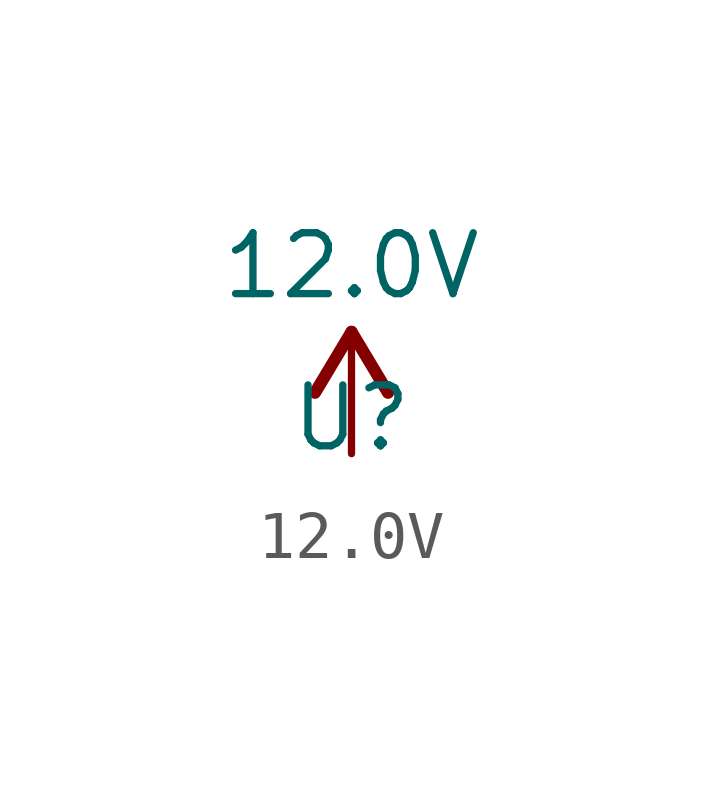
<source format=kicad_sym>
(kicad_symbol_lib
  (version 20211014)
  (generator kicad_symbol_editor)
  (symbol "12.0V"
    (pin_names
      (offset 1.016))
    (property "Reference" "U"
      (at 0 0 0)
      (effects (font (size 1.27 1.27)) (justify bottom)))
    (property "Value" "12.0V"
      (at 0.0 3.175 0)
      (effects (font (size 1.27 1.27)) (justify bottom)))
    (symbol "12.0V_0_0"
      (polyline (pts (xy 0.0 2.54) (xy -0.762 1.27)) (stroke (width 0.254)))
      (polyline (pts (xy 0.0 2.54) (xy 0.762 1.27)) (stroke (width 0.254)))
      (pin power_in line (at 0.0 0.0 90.0) (length 2.54) (name "~" (effects (font (size 1.016 1.016)))) (number "~" (effects (font (size 1.016 1.016))))))))
</source>
